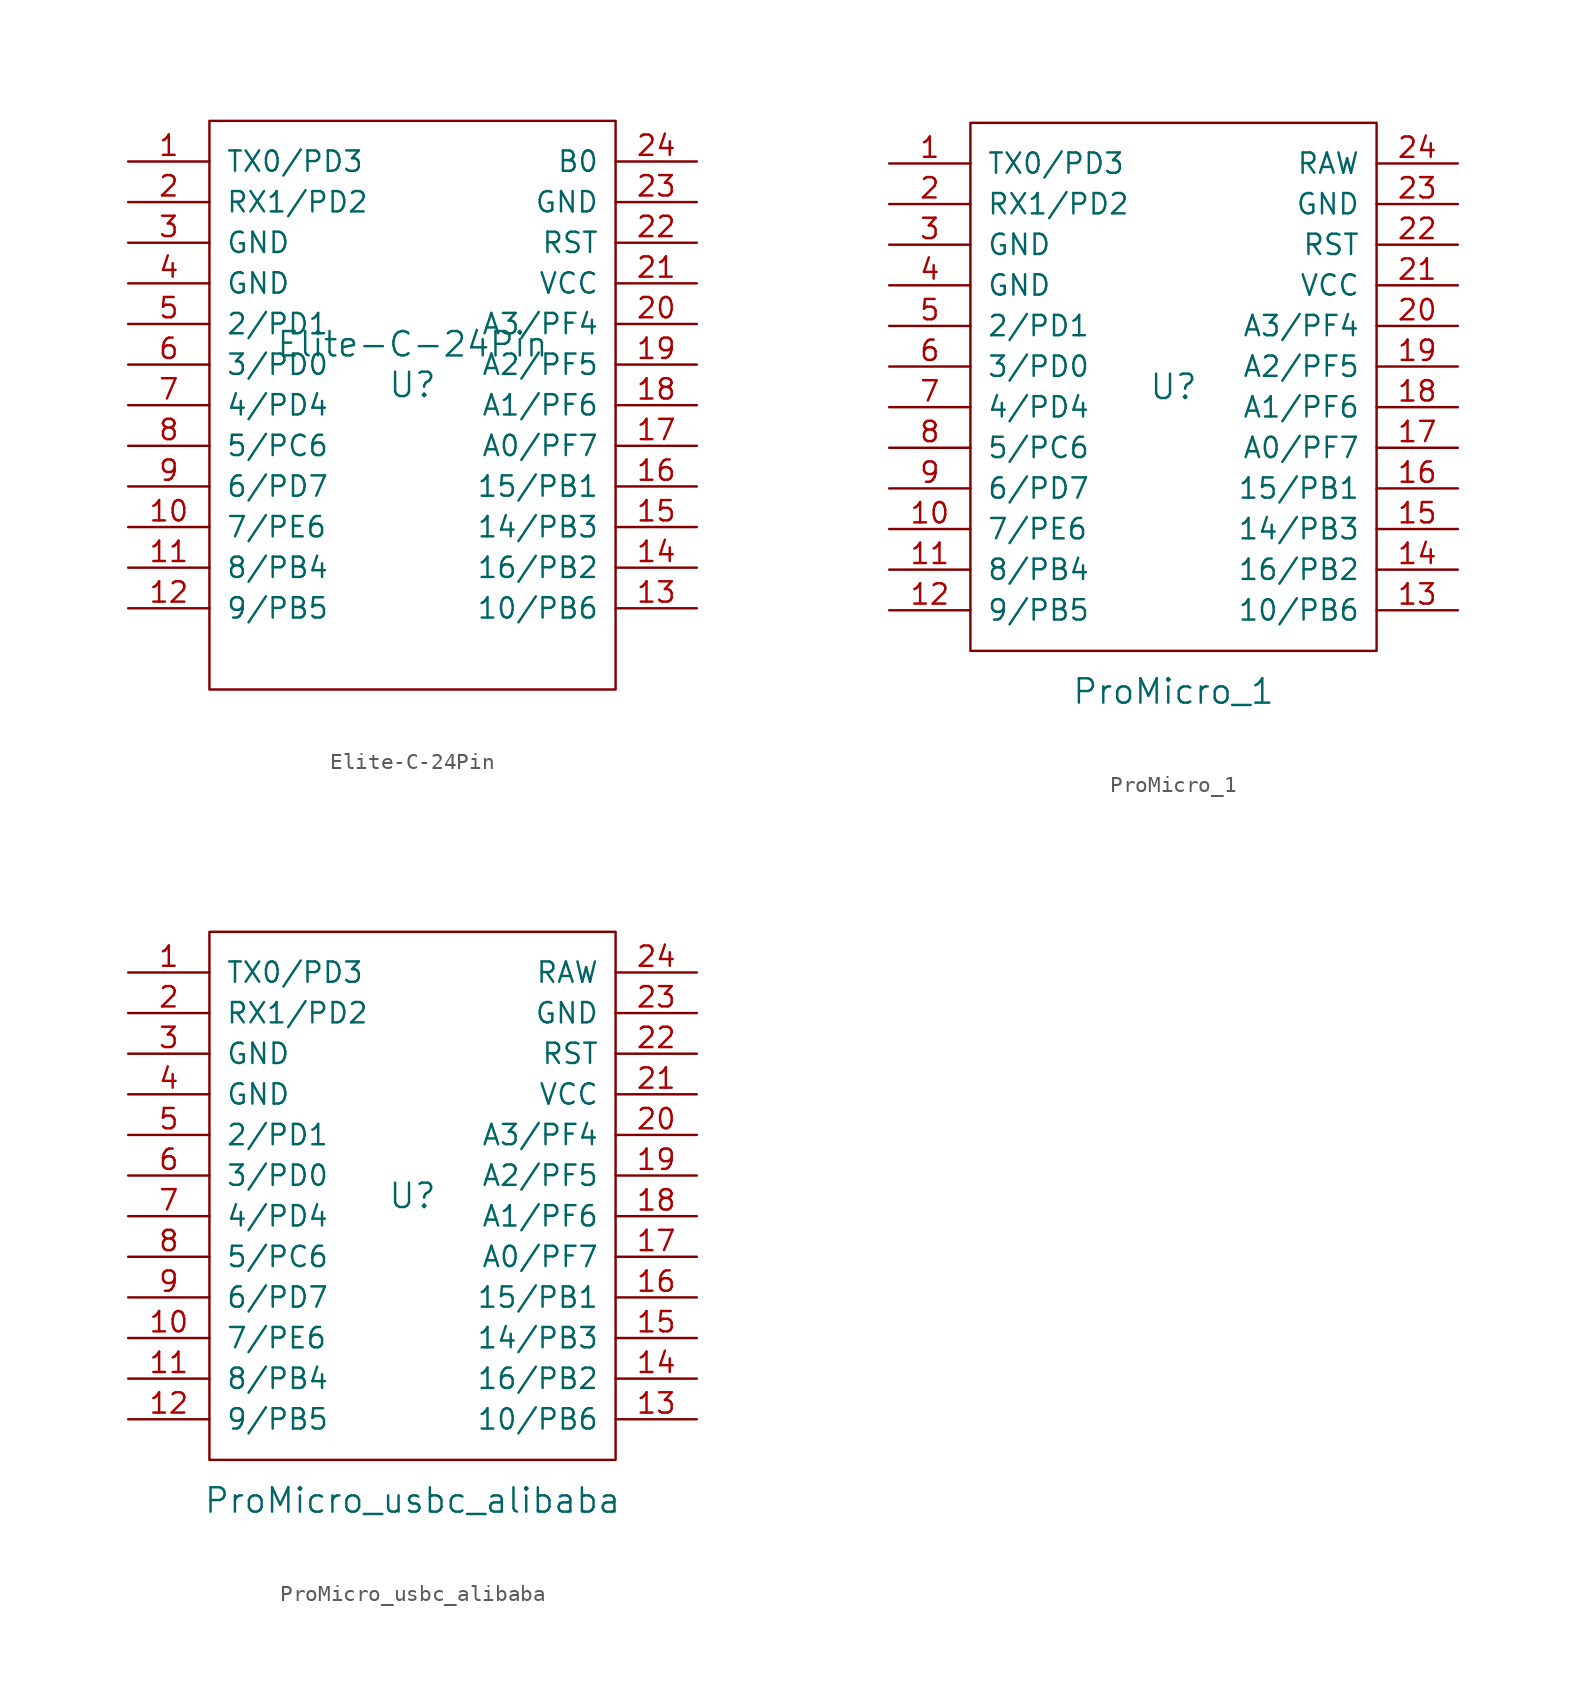
<source format=kicad_sym>
(kicad_symbol_lib
  (version 20211014)
  (generator kicad_symbol_editor)
  (symbol "Elite-C-24Pin"
    (pin_names
      (offset 1.016))
    (property "Reference" "U"
      (at 0 0 0)
      (effects (font (size 1.524 1.524))))
    (property "Value" "Elite-C-24Pin"
      (at 0 2.54 0)
      (effects (font (size 1.524 1.524))))
    (symbol "Elite-C-24Pin_0_1"
      (rectangle (start 12.7 -19.05) (end -12.7 16.51) (stroke (width 0) (type default) (color 0 0 0 0)) (fill (type none))))
    (symbol "Elite-C-24Pin_1_1"
      (pin input line (at -17.78 13.97 0) (length 5.08) (name "TX0/PD3" (effects (font (size 1.27 1.27)))) (number "1" (effects (font (size 1.27 1.27)))))
      (pin input line (at -17.78 -8.89 0) (length 5.08) (name "7/PE6" (effects (font (size 1.27 1.27)))) (number "10" (effects (font (size 1.27 1.27)))))
      (pin input line (at -17.78 -11.43 0) (length 5.08) (name "8/PB4" (effects (font (size 1.27 1.27)))) (number "11" (effects (font (size 1.27 1.27)))))
      (pin input line (at -17.78 -13.97 0) (length 5.08) (name "9/PB5" (effects (font (size 1.27 1.27)))) (number "12" (effects (font (size 1.27 1.27)))))
      (pin input line (at 17.78 -13.97 180) (length 5.08) (name "10/PB6" (effects (font (size 1.27 1.27)))) (number "13" (effects (font (size 1.27 1.27)))))
      (pin input line (at 17.78 -11.43 180) (length 5.08) (name "16/PB2" (effects (font (size 1.27 1.27)))) (number "14" (effects (font (size 1.27 1.27)))))
      (pin input line (at 17.78 -8.89 180) (length 5.08) (name "14/PB3" (effects (font (size 1.27 1.27)))) (number "15" (effects (font (size 1.27 1.27)))))
      (pin input line (at 17.78 -6.35 180) (length 5.08) (name "15/PB1" (effects (font (size 1.27 1.27)))) (number "16" (effects (font (size 1.27 1.27)))))
      (pin input line (at 17.78 -3.81 180) (length 5.08) (name "A0/PF7" (effects (font (size 1.27 1.27)))) (number "17" (effects (font (size 1.27 1.27)))))
      (pin input line (at 17.78 -1.27 180) (length 5.08) (name "A1/PF6" (effects (font (size 1.27 1.27)))) (number "18" (effects (font (size 1.27 1.27)))))
      (pin input line (at 17.78 1.27 180) (length 5.08) (name "A2/PF5" (effects (font (size 1.27 1.27)))) (number "19" (effects (font (size 1.27 1.27)))))
      (pin input line (at -17.78 11.43 0) (length 5.08) (name "RX1/PD2" (effects (font (size 1.27 1.27)))) (number "2" (effects (font (size 1.27 1.27)))))
      (pin input line (at 17.78 3.81 180) (length 5.08) (name "A3/PF4" (effects (font (size 1.27 1.27)))) (number "20" (effects (font (size 1.27 1.27)))))
      (pin input line (at 17.78 6.35 180) (length 5.08) (name "VCC" (effects (font (size 1.27 1.27)))) (number "21" (effects (font (size 1.27 1.27)))))
      (pin input line (at 17.78 8.89 180) (length 5.08) (name "RST" (effects (font (size 1.27 1.27)))) (number "22" (effects (font (size 1.27 1.27)))))
      (pin input line (at 17.78 11.43 180) (length 5.08) (name "GND" (effects (font (size 1.27 1.27)))) (number "23" (effects (font (size 1.27 1.27)))))
      (pin input line (at 17.78 13.97 180) (length 5.08) (name "B0" (effects (font (size 1.27 1.27)))) (number "24" (effects (font (size 1.27 1.27)))))
      (pin input line (at -17.78 8.89 0) (length 5.08) (name "GND" (effects (font (size 1.27 1.27)))) (number "3" (effects (font (size 1.27 1.27)))))
      (pin input line (at -17.78 6.35 0) (length 5.08) (name "GND" (effects (font (size 1.27 1.27)))) (number "4" (effects (font (size 1.27 1.27)))))
      (pin input line (at -17.78 3.81 0) (length 5.08) (name "2/PD1" (effects (font (size 1.27 1.27)))) (number "5" (effects (font (size 1.27 1.27)))))
      (pin input line (at -17.78 1.27 0) (length 5.08) (name "3/PD0" (effects (font (size 1.27 1.27)))) (number "6" (effects (font (size 1.27 1.27)))))
      (pin input line (at -17.78 -1.27 0) (length 5.08) (name "4/PD4" (effects (font (size 1.27 1.27)))) (number "7" (effects (font (size 1.27 1.27)))))
      (pin input line (at -17.78 -3.81 0) (length 5.08) (name "5/PC6" (effects (font (size 1.27 1.27)))) (number "8" (effects (font (size 1.27 1.27)))))
      (pin input line (at -17.78 -6.35 0) (length 5.08) (name "6/PD7" (effects (font (size 1.27 1.27)))) (number "9" (effects (font (size 1.27 1.27)))))))
  (symbol "ProMicro_1"
    (pin_names
      (offset 1.016))
    (property "Reference" "U"
      (at 0 0 0)
      (effects (font (size 1.524 1.524))))
    (property "Value" "ProMicro_1"
      (at 0 -19.05 0)
      (effects (font (size 1.524 1.524))))
    (symbol "ProMicro_1_0_1"
      (rectangle (start -12.7 -16.51) (end 12.7 16.51) (stroke (width 0) (type default) (color 0 0 0 0)) (fill (type none))))
    (symbol "ProMicro_1_1_1"
      (pin input line (at -17.78 13.97 0) (length 5.08) (name "TX0/PD3" (effects (font (size 1.27 1.27)))) (number "1" (effects (font (size 1.27 1.27)))))
      (pin input line (at -17.78 -8.89 0) (length 5.08) (name "7/PE6" (effects (font (size 1.27 1.27)))) (number "10" (effects (font (size 1.27 1.27)))))
      (pin input line (at -17.78 -11.43 0) (length 5.08) (name "8/PB4" (effects (font (size 1.27 1.27)))) (number "11" (effects (font (size 1.27 1.27)))))
      (pin input line (at -17.78 -13.97 0) (length 5.08) (name "9/PB5" (effects (font (size 1.27 1.27)))) (number "12" (effects (font (size 1.27 1.27)))))
      (pin input line (at 17.78 -13.97 180) (length 5.08) (name "10/PB6" (effects (font (size 1.27 1.27)))) (number "13" (effects (font (size 1.27 1.27)))))
      (pin input line (at 17.78 -11.43 180) (length 5.08) (name "16/PB2" (effects (font (size 1.27 1.27)))) (number "14" (effects (font (size 1.27 1.27)))))
      (pin input line (at 17.78 -8.89 180) (length 5.08) (name "14/PB3" (effects (font (size 1.27 1.27)))) (number "15" (effects (font (size 1.27 1.27)))))
      (pin input line (at 17.78 -6.35 180) (length 5.08) (name "15/PB1" (effects (font (size 1.27 1.27)))) (number "16" (effects (font (size 1.27 1.27)))))
      (pin input line (at 17.78 -3.81 180) (length 5.08) (name "A0/PF7" (effects (font (size 1.27 1.27)))) (number "17" (effects (font (size 1.27 1.27)))))
      (pin input line (at 17.78 -1.27 180) (length 5.08) (name "A1/PF6" (effects (font (size 1.27 1.27)))) (number "18" (effects (font (size 1.27 1.27)))))
      (pin input line (at 17.78 1.27 180) (length 5.08) (name "A2/PF5" (effects (font (size 1.27 1.27)))) (number "19" (effects (font (size 1.27 1.27)))))
      (pin input line (at -17.78 11.43 0) (length 5.08) (name "RX1/PD2" (effects (font (size 1.27 1.27)))) (number "2" (effects (font (size 1.27 1.27)))))
      (pin input line (at 17.78 3.81 180) (length 5.08) (name "A3/PF4" (effects (font (size 1.27 1.27)))) (number "20" (effects (font (size 1.27 1.27)))))
      (pin input line (at 17.78 6.35 180) (length 5.08) (name "VCC" (effects (font (size 1.27 1.27)))) (number "21" (effects (font (size 1.27 1.27)))))
      (pin input line (at 17.78 8.89 180) (length 5.08) (name "RST" (effects (font (size 1.27 1.27)))) (number "22" (effects (font (size 1.27 1.27)))))
      (pin input line (at 17.78 11.43 180) (length 5.08) (name "GND" (effects (font (size 1.27 1.27)))) (number "23" (effects (font (size 1.27 1.27)))))
      (pin input line (at 17.78 13.97 180) (length 5.08) (name "RAW" (effects (font (size 1.27 1.27)))) (number "24" (effects (font (size 1.27 1.27)))))
      (pin input line (at -17.78 8.89 0) (length 5.08) (name "GND" (effects (font (size 1.27 1.27)))) (number "3" (effects (font (size 1.27 1.27)))))
      (pin input line (at -17.78 6.35 0) (length 5.08) (name "GND" (effects (font (size 1.27 1.27)))) (number "4" (effects (font (size 1.27 1.27)))))
      (pin input line (at -17.78 3.81 0) (length 5.08) (name "2/PD1" (effects (font (size 1.27 1.27)))) (number "5" (effects (font (size 1.27 1.27)))))
      (pin input line (at -17.78 1.27 0) (length 5.08) (name "3/PD0" (effects (font (size 1.27 1.27)))) (number "6" (effects (font (size 1.27 1.27)))))
      (pin input line (at -17.78 -1.27 0) (length 5.08) (name "4/PD4" (effects (font (size 1.27 1.27)))) (number "7" (effects (font (size 1.27 1.27)))))
      (pin input line (at -17.78 -3.81 0) (length 5.08) (name "5/PC6" (effects (font (size 1.27 1.27)))) (number "8" (effects (font (size 1.27 1.27)))))
      (pin input line (at -17.78 -6.35 0) (length 5.08) (name "6/PD7" (effects (font (size 1.27 1.27)))) (number "9" (effects (font (size 1.27 1.27)))))))
  (symbol "ProMicro_usbc_alibaba"
    (pin_names
      (offset 1.016))
    (property "Reference" "U"
      (at 0 0 0)
      (effects (font (size 1.524 1.524))))
    (property "Value" "ProMicro_usbc_alibaba"
      (at 0 -19.05 0)
      (effects (font (size 1.524 1.524))))
    (symbol "ProMicro_usbc_alibaba_0_1"
      (rectangle (start -12.7 -16.51) (end 12.7 16.51) (stroke (width 0) (type default) (color 0 0 0 0)) (fill (type none))))
    (symbol "ProMicro_usbc_alibaba_1_1"
      (pin input line (at -17.78 13.97 0) (length 5.08) (name "TX0/PD3" (effects (font (size 1.27 1.27)))) (number "1" (effects (font (size 1.27 1.27)))))
      (pin input line (at -17.78 -8.89 0) (length 5.08) (name "7/PE6" (effects (font (size 1.27 1.27)))) (number "10" (effects (font (size 1.27 1.27)))))
      (pin input line (at -17.78 -11.43 0) (length 5.08) (name "8/PB4" (effects (font (size 1.27 1.27)))) (number "11" (effects (font (size 1.27 1.27)))))
      (pin input line (at -17.78 -13.97 0) (length 5.08) (name "9/PB5" (effects (font (size 1.27 1.27)))) (number "12" (effects (font (size 1.27 1.27)))))
      (pin input line (at 17.78 -13.97 180) (length 5.08) (name "10/PB6" (effects (font (size 1.27 1.27)))) (number "13" (effects (font (size 1.27 1.27)))))
      (pin input line (at 17.78 -11.43 180) (length 5.08) (name "16/PB2" (effects (font (size 1.27 1.27)))) (number "14" (effects (font (size 1.27 1.27)))))
      (pin input line (at 17.78 -8.89 180) (length 5.08) (name "14/PB3" (effects (font (size 1.27 1.27)))) (number "15" (effects (font (size 1.27 1.27)))))
      (pin input line (at 17.78 -6.35 180) (length 5.08) (name "15/PB1" (effects (font (size 1.27 1.27)))) (number "16" (effects (font (size 1.27 1.27)))))
      (pin input line (at 17.78 -3.81 180) (length 5.08) (name "A0/PF7" (effects (font (size 1.27 1.27)))) (number "17" (effects (font (size 1.27 1.27)))))
      (pin input line (at 17.78 -1.27 180) (length 5.08) (name "A1/PF6" (effects (font (size 1.27 1.27)))) (number "18" (effects (font (size 1.27 1.27)))))
      (pin input line (at 17.78 1.27 180) (length 5.08) (name "A2/PF5" (effects (font (size 1.27 1.27)))) (number "19" (effects (font (size 1.27 1.27)))))
      (pin input line (at -17.78 11.43 0) (length 5.08) (name "RX1/PD2" (effects (font (size 1.27 1.27)))) (number "2" (effects (font (size 1.27 1.27)))))
      (pin input line (at 17.78 3.81 180) (length 5.08) (name "A3/PF4" (effects (font (size 1.27 1.27)))) (number "20" (effects (font (size 1.27 1.27)))))
      (pin input line (at 17.78 6.35 180) (length 5.08) (name "VCC" (effects (font (size 1.27 1.27)))) (number "21" (effects (font (size 1.27 1.27)))))
      (pin input line (at 17.78 8.89 180) (length 5.08) (name "RST" (effects (font (size 1.27 1.27)))) (number "22" (effects (font (size 1.27 1.27)))))
      (pin input line (at 17.78 11.43 180) (length 5.08) (name "GND" (effects (font (size 1.27 1.27)))) (number "23" (effects (font (size 1.27 1.27)))))
      (pin input line (at 17.78 13.97 180) (length 5.08) (name "RAW" (effects (font (size 1.27 1.27)))) (number "24" (effects (font (size 1.27 1.27)))))
      (pin input line (at -17.78 8.89 0) (length 5.08) (name "GND" (effects (font (size 1.27 1.27)))) (number "3" (effects (font (size 1.27 1.27)))))
      (pin input line (at -17.78 6.35 0) (length 5.08) (name "GND" (effects (font (size 1.27 1.27)))) (number "4" (effects (font (size 1.27 1.27)))))
      (pin input line (at -17.78 3.81 0) (length 5.08) (name "2/PD1" (effects (font (size 1.27 1.27)))) (number "5" (effects (font (size 1.27 1.27)))))
      (pin input line (at -17.78 1.27 0) (length 5.08) (name "3/PD0" (effects (font (size 1.27 1.27)))) (number "6" (effects (font (size 1.27 1.27)))))
      (pin input line (at -17.78 -1.27 0) (length 5.08) (name "4/PD4" (effects (font (size 1.27 1.27)))) (number "7" (effects (font (size 1.27 1.27)))))
      (pin input line (at -17.78 -3.81 0) (length 5.08) (name "5/PC6" (effects (font (size 1.27 1.27)))) (number "8" (effects (font (size 1.27 1.27)))))
      (pin input line (at -17.78 -6.35 0) (length 5.08) (name "6/PD7" (effects (font (size 1.27 1.27)))) (number "9" (effects (font (size 1.27 1.27))))))))
</source>
